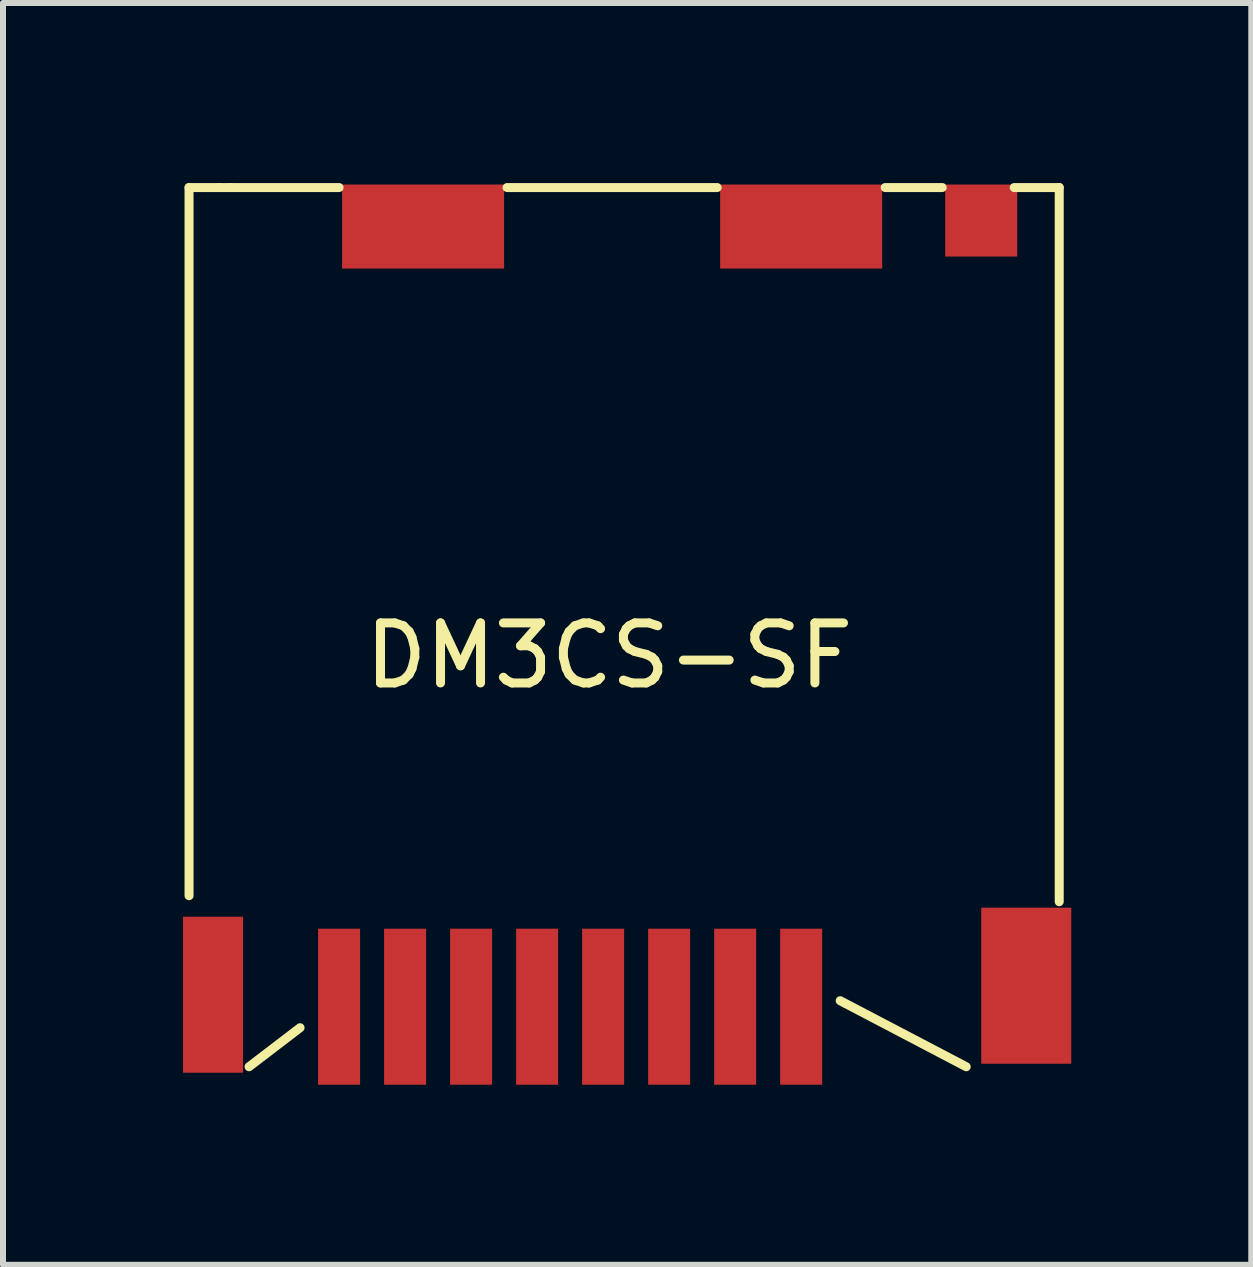
<source format=kicad_pcb>
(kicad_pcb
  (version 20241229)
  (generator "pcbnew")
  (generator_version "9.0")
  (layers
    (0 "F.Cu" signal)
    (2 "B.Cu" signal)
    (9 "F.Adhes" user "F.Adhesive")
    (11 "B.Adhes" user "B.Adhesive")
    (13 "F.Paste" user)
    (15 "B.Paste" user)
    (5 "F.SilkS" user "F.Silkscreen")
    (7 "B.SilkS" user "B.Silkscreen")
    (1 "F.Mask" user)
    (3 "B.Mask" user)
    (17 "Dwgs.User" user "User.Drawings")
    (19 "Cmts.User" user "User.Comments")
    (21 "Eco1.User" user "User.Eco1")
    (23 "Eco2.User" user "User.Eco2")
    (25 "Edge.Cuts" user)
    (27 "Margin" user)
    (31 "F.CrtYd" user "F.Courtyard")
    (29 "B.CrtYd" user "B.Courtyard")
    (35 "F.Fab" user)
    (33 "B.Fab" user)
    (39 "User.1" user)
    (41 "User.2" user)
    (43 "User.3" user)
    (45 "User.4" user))
  (footprint "DM3CS-SF"
    (layer "F.Cu")
    (at 6.95 8.575)
    (property "Reference" "DM3CS-SF" (at 0.15 -0.7 0) (layer "F.SilkS") (effects (font (size 1 1) (thickness 0.15))))
    (attr through_hole)
    (fp_line (start -6.85 -8.5) (end -6.35 -8.5) (stroke (width 0.15) (type solid)) (layer "F.SilkS"))
    (fp_line (start -6.85 3.3) (end -6.85 -8.5) (stroke (width 0.15) (type solid)) (layer "F.SilkS"))
    (fp_line (start -6.15 -8.5) (end -6.35 -8.5) (stroke (width 0.15) (type solid)) (layer "F.SilkS"))
    (fp_line (start -5.85 6.15) (end -5 5.5) (stroke (width 0.15) (type solid)) (layer "F.SilkS"))
    (fp_line (start -4.35 -8.5) (end -6.15 -8.5) (stroke (width 0.15) (type solid)) (layer "F.SilkS"))
    (fp_line (start 1.95 -8.5) (end -1.55 -8.5) (stroke (width 0.15) (type solid)) (layer "F.SilkS"))
    (fp_line (start 5.7 -8.5) (end 4.75 -8.5) (stroke (width 0.15) (type solid)) (layer "F.SilkS"))
    (fp_line (start 6.1 6.15) (end 4 5.05) (stroke (width 0.15) (type solid)) (layer "F.SilkS"))
    (fp_line (start 6.9 -8.5) (end 7.65 -8.5) (stroke (width 0.15) (type solid)) (layer "F.SilkS"))
    (fp_line (start 7.65 -8.5) (end 7.65 3.4) (stroke (width 0.15) (type solid)) (layer "F.SilkS"))
    (pad "1" smd rect (at 3.35 5.15) (size 0.7 2.6) (layers "F.Cu" "F.Mask" "F.Paste"))
    (pad "2" smd rect (at 2.25 5.15) (size 0.7 2.6) (layers "F.Cu" "F.Mask" "F.Paste"))
    (pad "3" smd rect (at 1.15 5.15) (size 0.7 2.6) (layers "F.Cu" "F.Mask" "F.Paste"))
    (pad "4" smd rect (at 0.05 5.15) (size 0.7 2.6) (layers "F.Cu" "F.Mask" "F.Paste"))
    (pad "5" smd rect (at -1.05 5.15) (size 0.7 2.6) (layers "F.Cu" "F.Mask" "F.Paste"))
    (pad "6" smd rect (at -2.15 5.15) (size 0.7 2.6) (layers "F.Cu" "F.Mask" "F.Paste"))
    (pad "7" smd rect (at -3.25 5.15) (size 0.7 2.6) (layers "F.Cu" "F.Mask" "F.Paste"))
    (pad "8" smd rect (at -4.35 5.15) (size 0.7 2.6) (layers "F.Cu" "F.Mask" "F.Paste"))
    (pad "S" smd rect (at -6.45 4.95) (size 1 2.6) (layers "F.Cu" "F.Mask" "F.Paste"))
    (pad "S" smd rect (at -2.95 -7.85) (size 2.7 1.4) (layers "F.Cu" "F.Mask" "F.Paste"))
    (pad "S" smd rect (at 3.35 -7.85) (size 2.7 1.4) (layers "F.Cu" "F.Mask" "F.Paste"))
    (pad "S" smd rect (at 6.35 -7.95) (size 1.2 1.2) (layers "F.Cu" "F.Mask" "F.Paste"))
    (pad "S" smd rect (at 7.1 4.8) (size 1.5 2.6) (layers "F.Cu" "F.Mask" "F.Paste")))
  (gr_rect
    (start -3 -3)
    (end 17.8 18.025)
    (stroke (width 0.1) (type default))
    (fill no)
    (layer "Edge.Cuts")))
</source>
